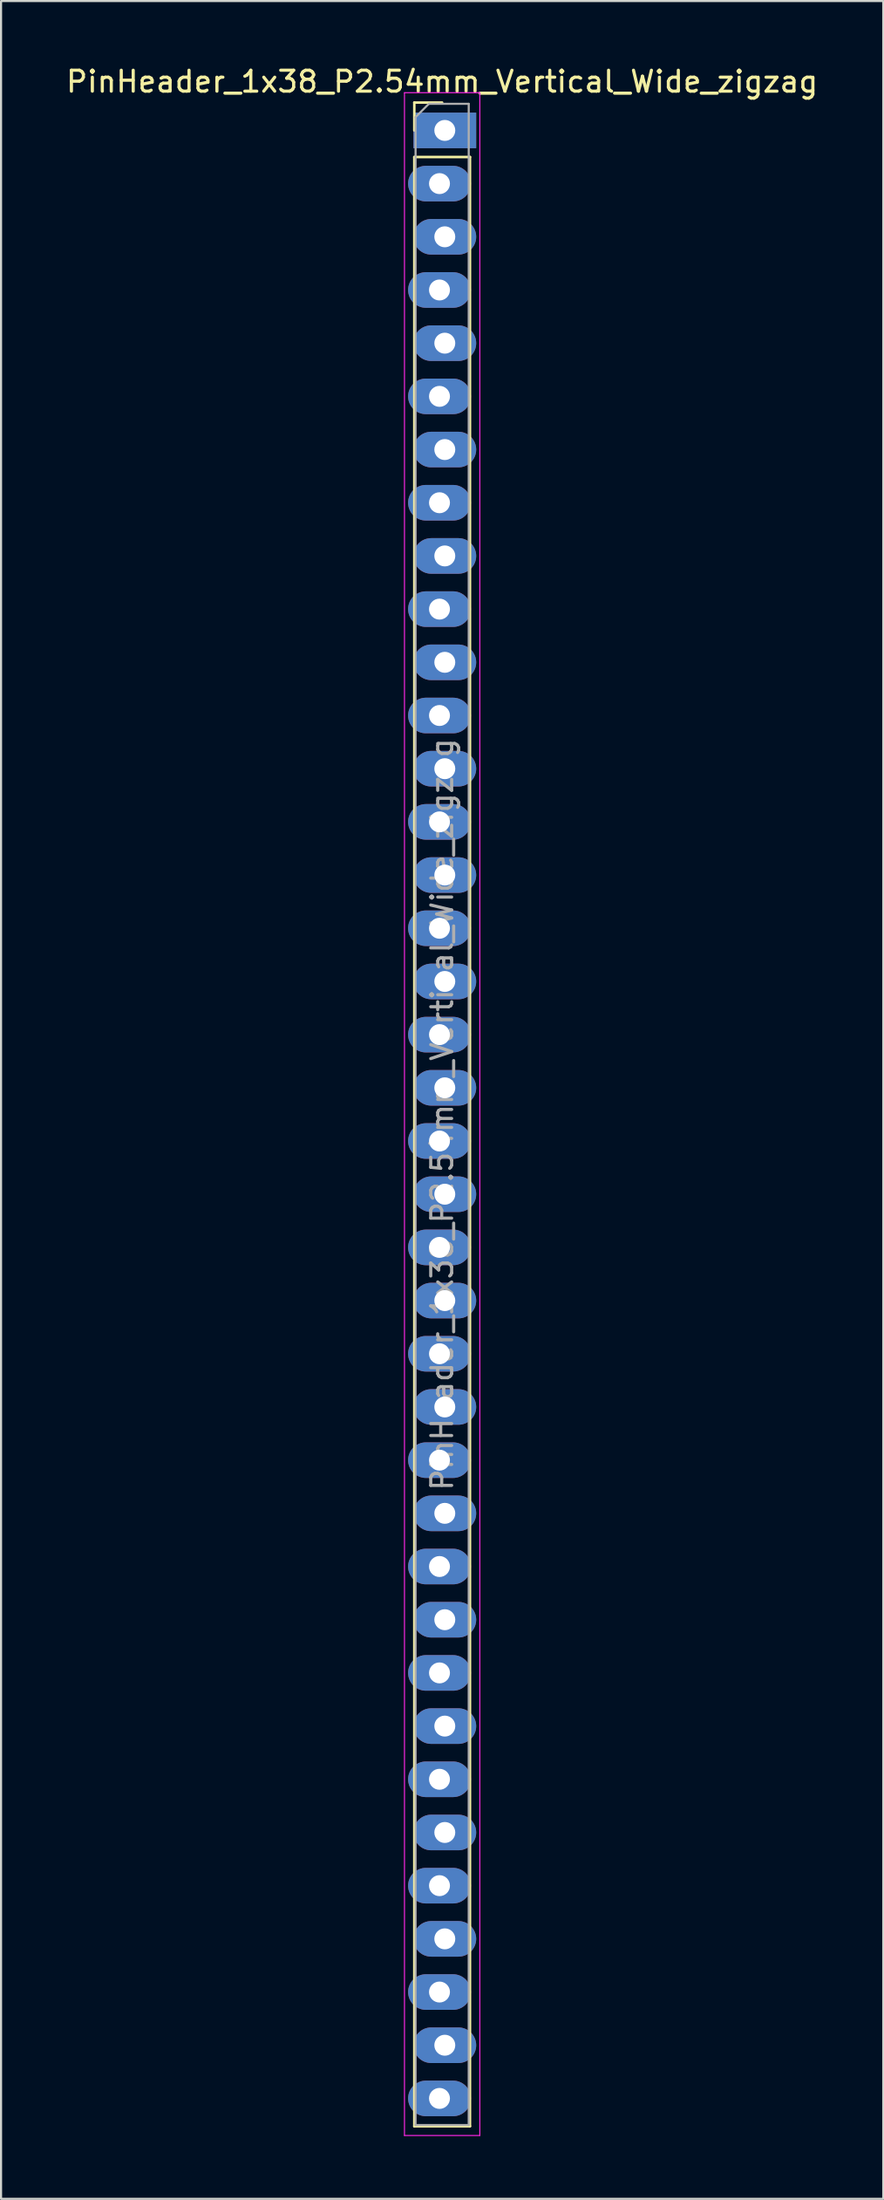
<source format=kicad_pcb>
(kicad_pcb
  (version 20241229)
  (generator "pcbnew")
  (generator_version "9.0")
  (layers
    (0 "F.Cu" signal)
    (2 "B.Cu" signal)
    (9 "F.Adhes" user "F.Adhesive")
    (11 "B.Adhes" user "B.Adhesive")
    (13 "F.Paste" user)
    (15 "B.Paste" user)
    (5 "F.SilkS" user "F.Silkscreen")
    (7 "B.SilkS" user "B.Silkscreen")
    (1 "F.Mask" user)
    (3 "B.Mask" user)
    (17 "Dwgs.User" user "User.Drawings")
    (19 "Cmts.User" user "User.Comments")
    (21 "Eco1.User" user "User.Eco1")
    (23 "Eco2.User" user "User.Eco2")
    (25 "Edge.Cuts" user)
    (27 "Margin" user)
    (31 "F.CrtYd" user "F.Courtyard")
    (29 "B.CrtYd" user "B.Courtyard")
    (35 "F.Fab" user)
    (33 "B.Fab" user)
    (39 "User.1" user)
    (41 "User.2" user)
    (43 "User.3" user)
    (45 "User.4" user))
  (footprint "PinHeader_1x38_P2.54mm_Vertical_Wide_zigzag"
    (layer "F.Cu")
    (at 18.077 3.178)
    (property "Reference" "PinHeader_1x38_P2.54mm_Vertical_Wide_zigzag" (at 0 -2.33 0) (layer "F.SilkS") (effects (font (size 1 1) (thickness 0.15))))
    (attr through_hole)
    (fp_line (start -1.33 -1.33) (end 0 -1.33) (stroke (width 0.12) (type solid)) (layer "F.SilkS"))
    (fp_line (start -1.33 0) (end -1.33 -1.33) (stroke (width 0.12) (type solid)) (layer "F.SilkS"))
    (fp_line (start -1.33 1.27) (end -1.33 95.31) (stroke (width 0.12) (type solid)) (layer "F.SilkS"))
    (fp_line (start -1.33 1.27) (end 1.33 1.27) (stroke (width 0.12) (type solid)) (layer "F.SilkS"))
    (fp_line (start -1.33 95.31) (end 1.33 95.31) (stroke (width 0.12) (type solid)) (layer "F.SilkS"))
    (fp_line (start 1.33 1.27) (end 1.33 95.31) (stroke (width 0.12) (type solid)) (layer "F.SilkS"))
    (fp_line (start -1.8 -1.8) (end -1.8 95.75) (stroke (width 0.05) (type solid)) (layer "F.CrtYd"))
    (fp_line (start -1.8 95.75) (end 1.8 95.75) (stroke (width 0.05) (type solid)) (layer "F.CrtYd"))
    (fp_line (start 1.8 -1.8) (end -1.8 -1.8) (stroke (width 0.05) (type solid)) (layer "F.CrtYd"))
    (fp_line (start 1.8 95.75) (end 1.8 -1.8) (stroke (width 0.05) (type solid)) (layer "F.CrtYd"))
    (fp_line (start -1.27 -0.635) (end -0.635 -1.27) (stroke (width 0.1) (type solid)) (layer "F.Fab"))
    (fp_line (start -1.27 95.25) (end -1.27 -0.635) (stroke (width 0.1) (type solid)) (layer "F.Fab"))
    (fp_line (start -0.635 -1.27) (end 1.27 -1.27) (stroke (width 0.1) (type solid)) (layer "F.Fab"))
    (fp_line (start 1.27 -1.27) (end 1.27 95.25) (stroke (width 0.1) (type solid)) (layer "F.Fab"))
    (fp_line (start 1.27 95.25) (end -1.27 95.25) (stroke (width 0.1) (type solid)) (layer "F.Fab"))
    (fp_text user "${REFERENCE}" (at 0 46.99 90) (layer "F.Fab") (effects (font (size 1 1) (thickness 0.15))))
    (pad "1" thru_hole rect (at 0.127 0) (size 3 1.7) (drill 1) (layers "*.Cu" "*.Mask"))
    (pad "2" thru_hole oval (at -0.127 2.54) (size 3 1.7) (drill 1) (layers "*.Cu" "*.Mask"))
    (pad "3" thru_hole oval (at 0.127 5.08) (size 3 1.7) (drill 1) (layers "*.Cu" "*.Mask"))
    (pad "4" thru_hole oval (at -0.127 7.62) (size 3 1.7) (drill 1) (layers "*.Cu" "*.Mask"))
    (pad "5" thru_hole oval (at 0.127 10.16) (size 3 1.7) (drill 1) (layers "*.Cu" "*.Mask"))
    (pad "6" thru_hole oval (at -0.127 12.7) (size 3 1.7) (drill 1) (layers "*.Cu" "*.Mask"))
    (pad "7" thru_hole oval (at 0.127 15.24) (size 3 1.7) (drill 1) (layers "*.Cu" "*.Mask"))
    (pad "8" thru_hole oval (at -0.127 17.78) (size 3 1.7) (drill 1) (layers "*.Cu" "*.Mask"))
    (pad "9" thru_hole oval (at 0.127 20.32) (size 3 1.7) (drill 1) (layers "*.Cu" "*.Mask"))
    (pad "10" thru_hole oval (at -0.127 22.86) (size 3 1.7) (drill 1) (layers "*.Cu" "*.Mask"))
    (pad "11" thru_hole oval (at 0.127 25.4) (size 3 1.7) (drill 1) (layers "*.Cu" "*.Mask"))
    (pad "12" thru_hole oval (at -0.127 27.94) (size 3 1.7) (drill 1) (layers "*.Cu" "*.Mask"))
    (pad "13" thru_hole oval (at 0.127 30.48) (size 3 1.7) (drill 1) (layers "*.Cu" "*.Mask"))
    (pad "14" thru_hole oval (at -0.127 33.02) (size 3 1.7) (drill 1) (layers "*.Cu" "*.Mask"))
    (pad "15" thru_hole oval (at 0.127 35.56) (size 3 1.7) (drill 1) (layers "*.Cu" "*.Mask"))
    (pad "16" thru_hole oval (at -0.127 38.1) (size 3 1.7) (drill 1) (layers "*.Cu" "*.Mask"))
    (pad "17" thru_hole oval (at 0.127 40.64) (size 3 1.7) (drill 1) (layers "*.Cu" "*.Mask"))
    (pad "18" thru_hole oval (at -0.127 43.18) (size 3 1.7) (drill 1) (layers "*.Cu" "*.Mask"))
    (pad "19" thru_hole oval (at 0.127 45.72) (size 3 1.7) (drill 1) (layers "*.Cu" "*.Mask"))
    (pad "20" thru_hole oval (at -0.127 48.26) (size 3 1.7) (drill 1) (layers "*.Cu" "*.Mask"))
    (pad "21" thru_hole oval (at 0.127 50.8) (size 3 1.7) (drill 1) (layers "*.Cu" "*.Mask"))
    (pad "22" thru_hole oval (at -0.127 53.34) (size 3 1.7) (drill 1) (layers "*.Cu" "*.Mask"))
    (pad "23" thru_hole oval (at 0.127 55.88) (size 3 1.7) (drill 1) (layers "*.Cu" "*.Mask"))
    (pad "24" thru_hole oval (at -0.127 58.42) (size 3 1.7) (drill 1) (layers "*.Cu" "*.Mask"))
    (pad "25" thru_hole oval (at 0.127 60.96) (size 3 1.7) (drill 1) (layers "*.Cu" "*.Mask"))
    (pad "26" thru_hole oval (at -0.127 63.5) (size 3 1.7) (drill 1) (layers "*.Cu" "*.Mask"))
    (pad "27" thru_hole oval (at 0.127 66.04) (size 3 1.7) (drill 1) (layers "*.Cu" "*.Mask"))
    (pad "28" thru_hole oval (at -0.127 68.58) (size 3 1.7) (drill 1) (layers "*.Cu" "*.Mask"))
    (pad "29" thru_hole oval (at 0.127 71.12) (size 3 1.7) (drill 1) (layers "*.Cu" "*.Mask"))
    (pad "30" thru_hole oval (at -0.127 73.66) (size 3 1.7) (drill 1) (layers "*.Cu" "*.Mask"))
    (pad "31" thru_hole oval (at 0.127 76.2) (size 3 1.7) (drill 1) (layers "*.Cu" "*.Mask"))
    (pad "32" thru_hole oval (at -0.127 78.74) (size 3 1.7) (drill 1) (layers "*.Cu" "*.Mask"))
    (pad "33" thru_hole oval (at 0.127 81.28) (size 3 1.7) (drill 1) (layers "*.Cu" "*.Mask"))
    (pad "34" thru_hole oval (at -0.127 83.82) (size 3 1.7) (drill 1) (layers "*.Cu" "*.Mask"))
    (pad "35" thru_hole oval (at 0.127 86.36) (size 3 1.7) (drill 1) (layers "*.Cu" "*.Mask"))
    (pad "36" thru_hole oval (at -0.127 88.9) (size 3 1.7) (drill 1) (layers "*.Cu" "*.Mask"))
    (pad "37" thru_hole oval (at 0.127 91.44) (size 3 1.7) (drill 1) (layers "*.Cu" "*.Mask"))
    (pad "38" thru_hole oval (at -0.127 93.98) (size 3 1.7) (drill 1) (layers "*.Cu" "*.Mask")))
  (gr_rect
    (start -3 -3)
    (end 39.155 101.953)
    (stroke (width 0.1) (type default))
    (fill no)
    (layer "Edge.Cuts")))
</source>
